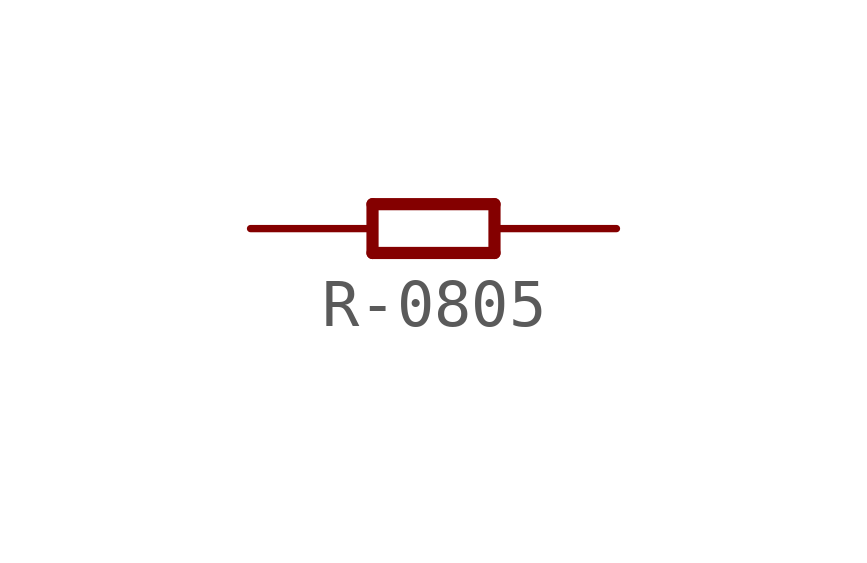
<source format=kicad_sym>
(kicad_symbol_lib
  (version 20241209)
  (generator "kicad_symbol_editor")
  (generator_version "9.0")
  (symbol "R-0805"
    (property "Reference" "R"
      (at -2.54 0 0)
      (effects (font (size 0.635 0.54)) (justify left bottom) (hide yes)))
    (property "ki_locked" ""
      (at 0 0 0)
      (effects (font (size 1.27 1.27))))
    (symbol "R-0805_1_0"
      (polyline (pts (xy -1.27 0.508) (xy 1.27 0.508)) (stroke (width 0.254) (type solid)) (fill (type none)))
      (polyline (pts (xy -1.27 -0.508) (xy -1.27 0.508)) (stroke (width 0.254) (type solid)) (fill (type none)))
      (polyline (pts (xy 1.27 0.508) (xy 1.27 -0.508)) (stroke (width 0.254) (type solid)) (fill (type none)))
      (polyline (pts (xy 1.27 -0.508) (xy -1.27 -0.508)) (stroke (width 0.254) (type solid)) (fill (type none)))
      (pin passive line (at -3.81 0 0) (length 2.54) (name "1" (effects (font (size 0 0)))) (number "1" (effects (font (size 0 0)))))
      (pin passive line (at 3.81 0 180) (length 2.54) (name "2" (effects (font (size 0 0)))) (number "2" (effects (font (size 0 0))))))))
</source>
